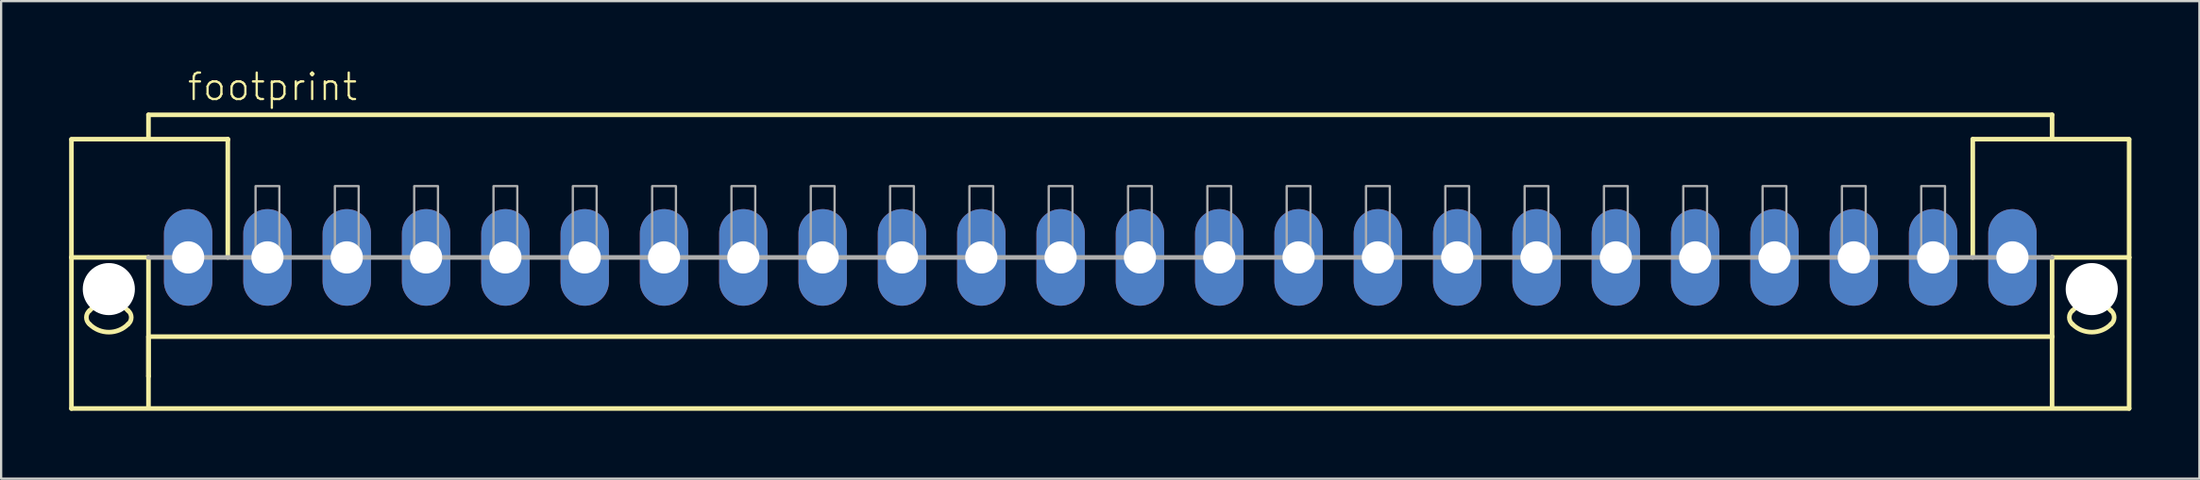
<source format=kicad_pcb>
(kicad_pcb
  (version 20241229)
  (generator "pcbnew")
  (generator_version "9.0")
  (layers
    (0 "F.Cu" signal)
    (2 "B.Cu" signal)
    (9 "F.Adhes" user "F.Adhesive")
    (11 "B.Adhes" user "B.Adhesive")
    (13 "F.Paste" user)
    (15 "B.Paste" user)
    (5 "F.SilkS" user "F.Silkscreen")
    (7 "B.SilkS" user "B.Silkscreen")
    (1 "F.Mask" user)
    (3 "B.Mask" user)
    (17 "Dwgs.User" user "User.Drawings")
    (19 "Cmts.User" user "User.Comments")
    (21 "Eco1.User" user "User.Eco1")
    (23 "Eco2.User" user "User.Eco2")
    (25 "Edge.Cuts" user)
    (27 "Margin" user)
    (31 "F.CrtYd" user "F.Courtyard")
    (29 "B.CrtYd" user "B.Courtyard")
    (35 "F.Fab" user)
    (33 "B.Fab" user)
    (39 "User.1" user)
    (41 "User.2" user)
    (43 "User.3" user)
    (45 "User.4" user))
  (footprint "footprint"
    (layer "F.Cu")
    (at 45.502 8.323)
    (property "Reference" "footprint" (at -40.35 -6.85 0) (layer "F.SilkS") (effects (font (size 1.168 1.168) (thickness 0.102)) (justify left bottom)))
    (fp_line (start -45.4 -5.225) (end -38.5 -5.225) (stroke (width 0.203) (type solid)) (layer "F.SilkS"))
    (fp_line (start -45.4 -5.2) (end -45.4 0) (stroke (width 0.203) (type solid)) (layer "F.SilkS"))
    (fp_line (start -45.4 0) (end -45.4 6.675) (stroke (width 0.203) (type solid)) (layer "F.SilkS"))
    (fp_line (start -45.4 0) (end -42 0) (stroke (width 0.203) (type solid)) (layer "F.SilkS"))
    (fp_line (start -45.4 6.675) (end 45.4 6.675) (stroke (width 0.203) (type solid)) (layer "F.SilkS"))
    (fp_line (start -42 -6.3) (end 42 -6.3) (stroke (width 0.203) (type solid)) (layer "F.SilkS"))
    (fp_line (start -42 -5.3) (end -42 -6.3) (stroke (width 0.203) (type solid)) (layer "F.SilkS"))
    (fp_line (start -42 0) (end -42 5.25) (stroke (width 0.203) (type solid)) (layer "F.SilkS"))
    (fp_line (start -42 3.5) (end 42 3.5) (stroke (width 0.203) (type solid)) (layer "F.SilkS"))
    (fp_line (start -42 5.25) (end -42 3.5) (stroke (width 0.203) (type solid)) (layer "F.SilkS"))
    (fp_line (start -42 5.25) (end -42 6.65) (stroke (width 0.203) (type solid)) (layer "F.SilkS"))
    (fp_line (start -38.5 -5.225) (end -38.5 -5.2) (stroke (width 0.203) (type solid)) (layer "F.SilkS"))
    (fp_line (start -38.5 -5.175) (end -38.5 0) (stroke (width 0.203) (type solid)) (layer "F.SilkS"))
    (fp_line (start 38.5 -5.225) (end 45.4 -5.225) (stroke (width 0.203) (type solid)) (layer "F.SilkS"))
    (fp_line (start 38.5 -5.2) (end 38.5 -5.225) (stroke (width 0.203) (type solid)) (layer "F.SilkS"))
    (fp_line (start 38.5 0) (end 38.5 -5.175) (stroke (width 0.203) (type solid)) (layer "F.SilkS"))
    (fp_line (start 42 -6.3) (end 42 -5.3) (stroke (width 0.203) (type solid)) (layer "F.SilkS"))
    (fp_line (start 42 3.5) (end 42 0) (stroke (width 0.203) (type solid)) (layer "F.SilkS"))
    (fp_line (start 42 6.65) (end 42 3.5) (stroke (width 0.203) (type solid)) (layer "F.SilkS"))
    (fp_line (start 45.4 0) (end 42 0) (stroke (width 0.203) (type solid)) (layer "F.SilkS"))
    (fp_line (start 45.4 0) (end 45.4 -5.2) (stroke (width 0.203) (type solid)) (layer "F.SilkS"))
    (fp_line (start 45.4 6.675) (end 45.4 0) (stroke (width 0.203) (type solid)) (layer "F.SilkS"))
    (fp_arc (start -44.6 2.35) (mid -43.75 1.997918) (end -42.9 2.35) (stroke (width 0.2032) (type solid)) (layer "F.SilkS"))
    (fp_arc (start -44.6 2.95) (mid -44.740512 2.65) (end -44.6 2.35) (stroke (width 0.2032) (type solid)) (layer "F.SilkS"))
    (fp_arc (start -42.9 2.95) (mid -43.75 3.302082) (end -44.6 2.95) (stroke (width 0.2032) (type solid)) (layer "F.SilkS"))
    (fp_arc (start -42.899999 2.350001) (mid -42.759487 2.650001) (end -42.9 2.95) (stroke (width 0.2032) (type solid)) (layer "F.SilkS"))
    (fp_arc (start 42.899999 2.949999) (mid 42.759487 2.649999) (end 42.9 2.35) (stroke (width 0.2032) (type solid)) (layer "F.SilkS"))
    (fp_arc (start 42.9 2.35) (mid 43.75 1.997918) (end 44.6 2.35) (stroke (width 0.2032) (type solid)) (layer "F.SilkS"))
    (fp_arc (start 44.6 2.35) (mid 44.740512 2.65) (end 44.6 2.95) (stroke (width 0.2032) (type solid)) (layer "F.SilkS"))
    (fp_arc (start 44.6 2.95) (mid 43.75 3.302082) (end 42.9 2.95) (stroke (width 0.2032) (type solid)) (layer "F.SilkS"))
    (fp_line (start 42 0) (end -42 0) (stroke (width 0.203) (type solid)) (layer "F.Fab"))
    (fp_poly (pts (xy -37.275 0) (xy -36.225 0) (xy -36.225 -3.15) (xy -37.275 -3.15)) (stroke (width 0.1) (type solid)) (fill no) (layer "F.Fab"))
    (fp_poly (pts (xy -33.775 0) (xy -32.725 0) (xy -32.725 -3.15) (xy -33.775 -3.15)) (stroke (width 0.1) (type solid)) (fill no) (layer "F.Fab"))
    (fp_poly (pts (xy -30.275 0) (xy -29.225 0) (xy -29.225 -3.15) (xy -30.275 -3.15)) (stroke (width 0.1) (type solid)) (fill no) (layer "F.Fab"))
    (fp_poly (pts (xy -26.775 0) (xy -25.725 0) (xy -25.725 -3.15) (xy -26.775 -3.15)) (stroke (width 0.1) (type solid)) (fill no) (layer "F.Fab"))
    (fp_poly (pts (xy -23.275 0) (xy -22.225 0) (xy -22.225 -3.15) (xy -23.275 -3.15)) (stroke (width 0.1) (type solid)) (fill no) (layer "F.Fab"))
    (fp_poly (pts (xy -19.775 0) (xy -18.725 0) (xy -18.725 -3.15) (xy -19.775 -3.15)) (stroke (width 0.1) (type solid)) (fill no) (layer "F.Fab"))
    (fp_poly (pts (xy -16.275 0) (xy -15.225 0) (xy -15.225 -3.15) (xy -16.275 -3.15)) (stroke (width 0.1) (type solid)) (fill no) (layer "F.Fab"))
    (fp_poly (pts (xy -12.775 0) (xy -11.725 0) (xy -11.725 -3.15) (xy -12.775 -3.15)) (stroke (width 0.1) (type solid)) (fill no) (layer "F.Fab"))
    (fp_poly (pts (xy -9.275 0) (xy -8.225 0) (xy -8.225 -3.15) (xy -9.275 -3.15)) (stroke (width 0.1) (type solid)) (fill no) (layer "F.Fab"))
    (fp_poly (pts (xy -5.775 0) (xy -4.725 0) (xy -4.725 -3.15) (xy -5.775 -3.15)) (stroke (width 0.1) (type solid)) (fill no) (layer "F.Fab"))
    (fp_poly (pts (xy -2.275 0) (xy -1.225 0) (xy -1.225 -3.15) (xy -2.275 -3.15)) (stroke (width 0.1) (type solid)) (fill no) (layer "F.Fab"))
    (fp_poly (pts (xy 1.225 0) (xy 2.275 0) (xy 2.275 -3.15) (xy 1.225 -3.15)) (stroke (width 0.1) (type solid)) (fill no) (layer "F.Fab"))
    (fp_poly (pts (xy 4.725 0) (xy 5.775 0) (xy 5.775 -3.15) (xy 4.725 -3.15)) (stroke (width 0.1) (type solid)) (fill no) (layer "F.Fab"))
    (fp_poly (pts (xy 8.225 0) (xy 9.275 0) (xy 9.275 -3.15) (xy 8.225 -3.15)) (stroke (width 0.1) (type solid)) (fill no) (layer "F.Fab"))
    (fp_poly (pts (xy 11.725 0) (xy 12.775 0) (xy 12.775 -3.15) (xy 11.725 -3.15)) (stroke (width 0.1) (type solid)) (fill no) (layer "F.Fab"))
    (fp_poly (pts (xy 15.225 0) (xy 16.275 0) (xy 16.275 -3.15) (xy 15.225 -3.15)) (stroke (width 0.1) (type solid)) (fill no) (layer "F.Fab"))
    (fp_poly (pts (xy 18.725 0) (xy 19.775 0) (xy 19.775 -3.15) (xy 18.725 -3.15)) (stroke (width 0.1) (type solid)) (fill no) (layer "F.Fab"))
    (fp_poly (pts (xy 22.225 0) (xy 23.275 0) (xy 23.275 -3.15) (xy 22.225 -3.15)) (stroke (width 0.1) (type solid)) (fill no) (layer "F.Fab"))
    (fp_poly (pts (xy 25.725 0) (xy 26.775 0) (xy 26.775 -3.15) (xy 25.725 -3.15)) (stroke (width 0.1) (type solid)) (fill no) (layer "F.Fab"))
    (fp_poly (pts (xy 29.225 0) (xy 30.275 0) (xy 30.275 -3.15) (xy 29.225 -3.15)) (stroke (width 0.1) (type solid)) (fill no) (layer "F.Fab"))
    (fp_poly (pts (xy 32.725 0) (xy 33.775 0) (xy 33.775 -3.15) (xy 32.725 -3.15)) (stroke (width 0.1) (type solid)) (fill no) (layer "F.Fab"))
    (fp_poly (pts (xy 36.225 0) (xy 37.275 0) (xy 37.275 -3.15) (xy 36.225 -3.15)) (stroke (width 0.1) (type solid)) (fill no) (layer "F.Fab"))
    (pad "" np_thru_hole circle (at -43.75 1.4) (size 2.3 2.3) (drill 2.3) (layers "*.Cu" "*.Mask"))
    (pad "" np_thru_hole circle (at 43.75 1.4) (size 2.3 2.3) (drill 2.3) (layers "*.Cu" "*.Mask"))
    (pad "1" thru_hole oval (at -40.25 0 90) (size 4.267 2.134) (drill 1.422) (layers "*.Cu" "*.Mask"))
    (pad "2" thru_hole oval (at -36.75 0 90) (size 4.267 2.134) (drill 1.422) (layers "*.Cu" "*.Mask"))
    (pad "3" thru_hole oval (at -33.25 0 90) (size 4.267 2.134) (drill 1.422) (layers "*.Cu" "*.Mask"))
    (pad "4" thru_hole oval (at -29.75 0 90) (size 4.267 2.134) (drill 1.422) (layers "*.Cu" "*.Mask"))
    (pad "5" thru_hole oval (at -26.25 0 90) (size 4.267 2.134) (drill 1.422) (layers "*.Cu" "*.Mask"))
    (pad "6" thru_hole oval (at -22.75 0 90) (size 4.267 2.134) (drill 1.422) (layers "*.Cu" "*.Mask"))
    (pad "7" thru_hole oval (at -19.25 0 90) (size 4.267 2.134) (drill 1.422) (layers "*.Cu" "*.Mask"))
    (pad "8" thru_hole oval (at -15.75 0 90) (size 4.267 2.134) (drill 1.422) (layers "*.Cu" "*.Mask"))
    (pad "9" thru_hole oval (at -12.25 0 90) (size 4.267 2.134) (drill 1.422) (layers "*.Cu" "*.Mask"))
    (pad "10" thru_hole oval (at -8.75 0 90) (size 4.267 2.134) (drill 1.422) (layers "*.Cu" "*.Mask"))
    (pad "11" thru_hole oval (at -5.25 0 90) (size 4.267 2.134) (drill 1.422) (layers "*.Cu" "*.Mask"))
    (pad "12" thru_hole oval (at -1.75 0 90) (size 4.267 2.134) (drill 1.422) (layers "*.Cu" "*.Mask"))
    (pad "13" thru_hole oval (at 1.75 0 90) (size 4.267 2.134) (drill 1.422) (layers "*.Cu" "*.Mask"))
    (pad "14" thru_hole oval (at 5.25 0 90) (size 4.267 2.134) (drill 1.422) (layers "*.Cu" "*.Mask"))
    (pad "15" thru_hole oval (at 8.75 0 90) (size 4.267 2.134) (drill 1.422) (layers "*.Cu" "*.Mask"))
    (pad "16" thru_hole oval (at 12.25 0 90) (size 4.267 2.134) (drill 1.422) (layers "*.Cu" "*.Mask"))
    (pad "17" thru_hole oval (at 15.75 0 90) (size 4.267 2.134) (drill 1.422) (layers "*.Cu" "*.Mask"))
    (pad "18" thru_hole oval (at 19.25 0 90) (size 4.267 2.134) (drill 1.422) (layers "*.Cu" "*.Mask"))
    (pad "19" thru_hole oval (at 22.75 0 90) (size 4.267 2.134) (drill 1.422) (layers "*.Cu" "*.Mask"))
    (pad "20" thru_hole oval (at 26.25 0 90) (size 4.267 2.134) (drill 1.422) (layers "*.Cu" "*.Mask"))
    (pad "21" thru_hole oval (at 29.75 0 90) (size 4.267 2.134) (drill 1.422) (layers "*.Cu" "*.Mask"))
    (pad "22" thru_hole oval (at 33.25 0 90) (size 4.267 2.134) (drill 1.422) (layers "*.Cu" "*.Mask"))
    (pad "23" thru_hole oval (at 36.75 0 90) (size 4.267 2.134) (drill 1.422) (layers "*.Cu" "*.Mask"))
    (pad "24" thru_hole oval (at 40.25 0 90) (size 4.267 2.134) (drill 1.422) (layers "*.Cu" "*.Mask")))
  (gr_rect
    (start -3 -3)
    (end 94.003 18.1)
    (stroke (width 0.1) (type default))
    (fill no)
    (layer "Edge.Cuts")))
</source>
